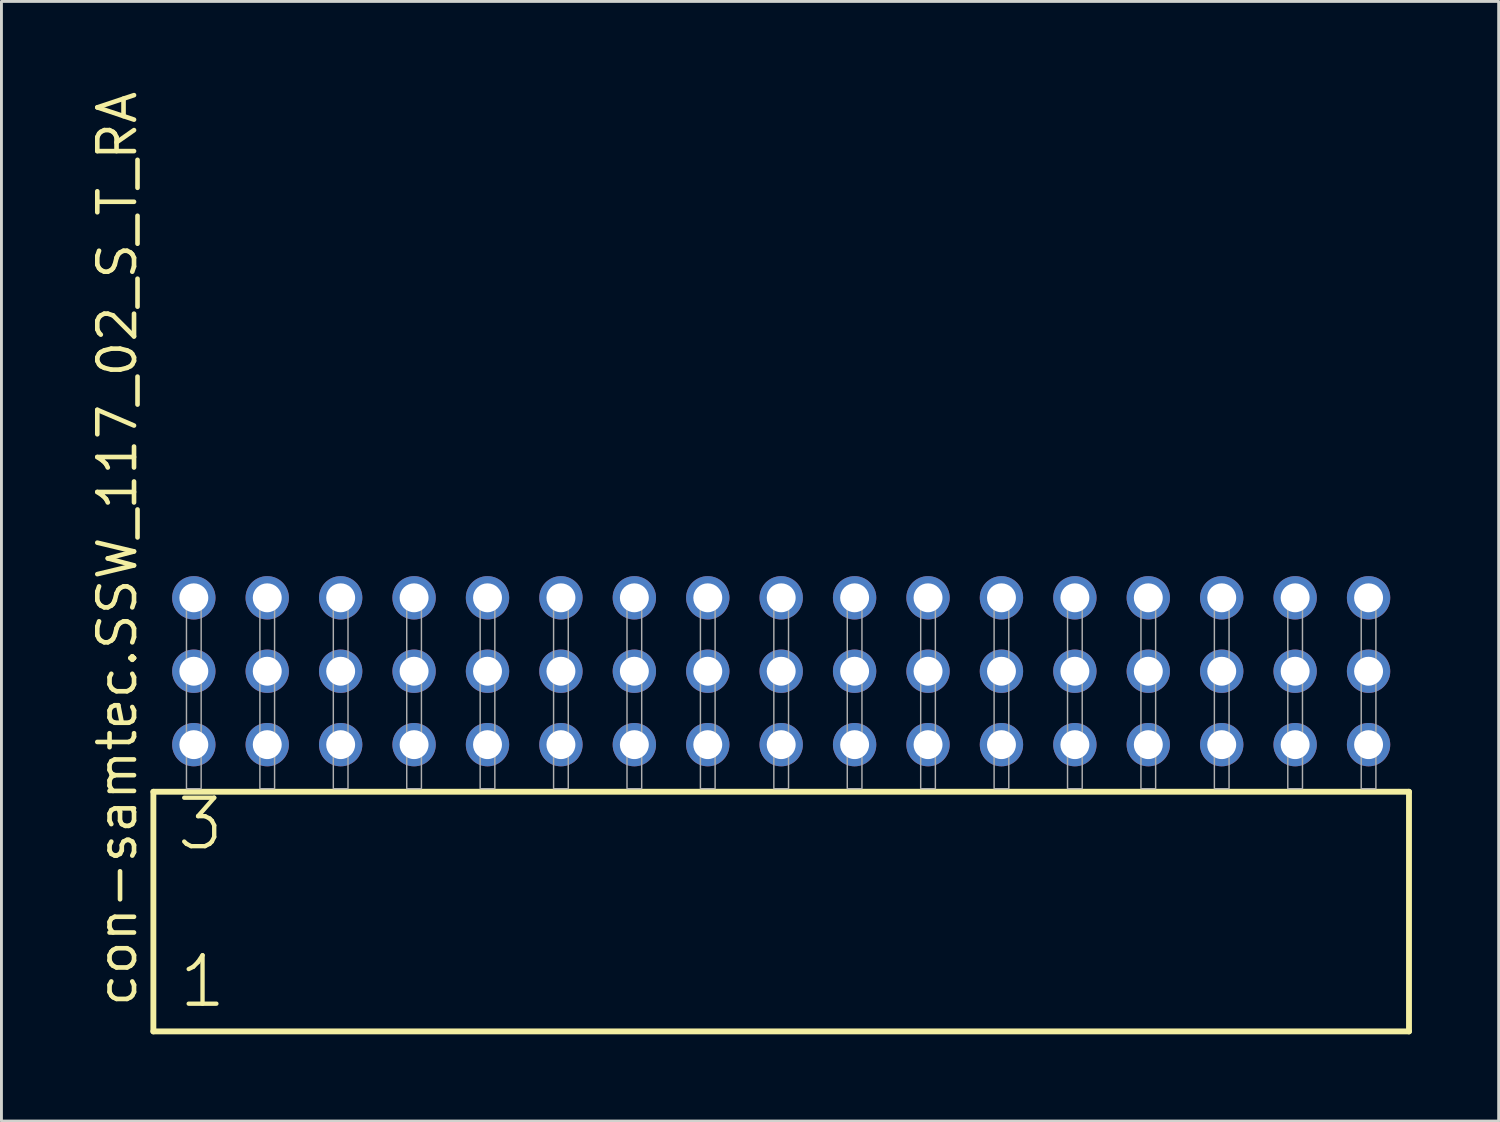
<source format=kicad_pcb>
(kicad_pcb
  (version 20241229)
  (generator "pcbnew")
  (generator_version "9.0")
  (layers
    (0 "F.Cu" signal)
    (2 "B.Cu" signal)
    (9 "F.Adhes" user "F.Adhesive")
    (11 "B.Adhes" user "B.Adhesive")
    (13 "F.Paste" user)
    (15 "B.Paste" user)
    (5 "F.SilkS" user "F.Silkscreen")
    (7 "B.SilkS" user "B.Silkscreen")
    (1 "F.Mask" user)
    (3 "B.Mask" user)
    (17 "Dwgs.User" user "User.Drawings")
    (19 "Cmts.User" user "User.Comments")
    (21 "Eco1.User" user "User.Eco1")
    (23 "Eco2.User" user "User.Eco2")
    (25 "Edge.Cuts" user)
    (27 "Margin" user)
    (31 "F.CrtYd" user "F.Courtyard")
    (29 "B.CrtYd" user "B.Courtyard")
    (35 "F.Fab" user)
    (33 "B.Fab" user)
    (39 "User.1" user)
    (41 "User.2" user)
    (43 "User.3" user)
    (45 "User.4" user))
  (footprint "con-samtec.SSW_117_02_S_T_RA"
    (layer "F.Cu")
    (at 23.975 24.235)
    (property "Reference" "con-samtec.SSW_117_02_S_T_RA" (at -22.225 7.62 90) (layer "F.SilkS") (effects (font (size 1.27 1.27) (thickness 0.16)) (justify left bottom)))
    (attr through_hole)
    (fp_line (start -21.719 0.106) (end -21.719 8.396) (stroke (width 0.203) (type default)) (layer "F.SilkS"))
    (fp_line (start -21.719 8.396) (end 21.719 8.396) (stroke (width 0.203) (type default)) (layer "F.SilkS"))
    (fp_line (start 21.719 0.106) (end -21.719 0.106) (stroke (width 0.203) (type default)) (layer "F.SilkS"))
    (fp_line (start 21.719 8.396) (end 21.719 0.106) (stroke (width 0.203) (type default)) (layer "F.SilkS"))
    (fp_rect (start -20.574 0) (end -20.066 -6.858) (stroke (width 0.05) (type default)) (fill no) (layer "F.Fab"))
    (fp_rect (start -18.034 0) (end -17.526 -6.858) (stroke (width 0.05) (type default)) (fill no) (layer "F.Fab"))
    (fp_rect (start -15.494 0) (end -14.986 -6.858) (stroke (width 0.05) (type default)) (fill no) (layer "F.Fab"))
    (fp_rect (start -12.954 0) (end -12.446 -6.858) (stroke (width 0.05) (type default)) (fill no) (layer "F.Fab"))
    (fp_rect (start -10.414 0) (end -9.906 -6.858) (stroke (width 0.05) (type default)) (fill no) (layer "F.Fab"))
    (fp_rect (start -7.874 0) (end -7.366 -6.858) (stroke (width 0.05) (type default)) (fill no) (layer "F.Fab"))
    (fp_rect (start -5.334 0) (end -4.826 -6.858) (stroke (width 0.05) (type default)) (fill no) (layer "F.Fab"))
    (fp_rect (start -2.794 0) (end -2.286 -6.858) (stroke (width 0.05) (type default)) (fill no) (layer "F.Fab"))
    (fp_rect (start -0.254 0) (end 0.254 -6.858) (stroke (width 0.05) (type default)) (fill no) (layer "F.Fab"))
    (fp_rect (start 2.286 0) (end 2.794 -6.858) (stroke (width 0.05) (type default)) (fill no) (layer "F.Fab"))
    (fp_rect (start 4.826 0) (end 5.334 -6.858) (stroke (width 0.05) (type default)) (fill no) (layer "F.Fab"))
    (fp_rect (start 7.366 0) (end 7.874 -6.858) (stroke (width 0.05) (type default)) (fill no) (layer "F.Fab"))
    (fp_rect (start 9.906 0) (end 10.414 -6.858) (stroke (width 0.05) (type default)) (fill no) (layer "F.Fab"))
    (fp_rect (start 12.446 0) (end 12.954 -6.858) (stroke (width 0.05) (type default)) (fill no) (layer "F.Fab"))
    (fp_rect (start 14.986 0) (end 15.494 -6.858) (stroke (width 0.05) (type default)) (fill no) (layer "F.Fab"))
    (fp_rect (start 17.526 0) (end 18.034 -6.858) (stroke (width 0.05) (type default)) (fill no) (layer "F.Fab"))
    (fp_rect (start 20.066 0) (end 20.574 -6.858) (stroke (width 0.05) (type default)) (fill no) (layer "F.Fab"))
    (fp_text user "1" (at -20.915 7.65 0) (layer "F.SilkS") (effects (font (size 1.676 1.676) (thickness 0.15)) (justify left bottom)))
    (fp_text user "3" (at -20.99 2.2 0) (layer "F.SilkS") (effects (font (size 1.676 1.676) (thickness 0.15)) (justify left bottom)))
    (pad "1" thru_hole circle (at -20.32 -1.524) (size 1.5 1.5) (drill 1) (layers "*.Cu" "*.Mask"))
    (pad "2" thru_hole circle (at -20.32 -4.064) (size 1.5 1.5) (drill 1) (layers "*.Cu" "*.Mask"))
    (pad "3" thru_hole circle (at -20.32 -6.604) (size 1.5 1.5) (drill 1) (layers "*.Cu" "*.Mask"))
    (pad "4" thru_hole circle (at -17.78 -1.524) (size 1.5 1.5) (drill 1) (layers "*.Cu" "*.Mask"))
    (pad "5" thru_hole circle (at -17.78 -4.064) (size 1.5 1.5) (drill 1) (layers "*.Cu" "*.Mask"))
    (pad "6" thru_hole circle (at -17.78 -6.604) (size 1.5 1.5) (drill 1) (layers "*.Cu" "*.Mask"))
    (pad "7" thru_hole circle (at -15.24 -1.524) (size 1.5 1.5) (drill 1) (layers "*.Cu" "*.Mask"))
    (pad "8" thru_hole circle (at -15.24 -4.064) (size 1.5 1.5) (drill 1) (layers "*.Cu" "*.Mask"))
    (pad "9" thru_hole circle (at -15.24 -6.604) (size 1.5 1.5) (drill 1) (layers "*.Cu" "*.Mask"))
    (pad "10" thru_hole circle (at -12.7 -1.524) (size 1.5 1.5) (drill 1) (layers "*.Cu" "*.Mask"))
    (pad "11" thru_hole circle (at -12.7 -4.064) (size 1.5 1.5) (drill 1) (layers "*.Cu" "*.Mask"))
    (pad "12" thru_hole circle (at -12.7 -6.604) (size 1.5 1.5) (drill 1) (layers "*.Cu" "*.Mask"))
    (pad "13" thru_hole circle (at -10.16 -1.524) (size 1.5 1.5) (drill 1) (layers "*.Cu" "*.Mask"))
    (pad "14" thru_hole circle (at -10.16 -4.064) (size 1.5 1.5) (drill 1) (layers "*.Cu" "*.Mask"))
    (pad "15" thru_hole circle (at -10.16 -6.604) (size 1.5 1.5) (drill 1) (layers "*.Cu" "*.Mask"))
    (pad "16" thru_hole circle (at -7.62 -1.524) (size 1.5 1.5) (drill 1) (layers "*.Cu" "*.Mask"))
    (pad "17" thru_hole circle (at -7.62 -4.064) (size 1.5 1.5) (drill 1) (layers "*.Cu" "*.Mask"))
    (pad "18" thru_hole circle (at -7.62 -6.604) (size 1.5 1.5) (drill 1) (layers "*.Cu" "*.Mask"))
    (pad "19" thru_hole circle (at -5.08 -1.524) (size 1.5 1.5) (drill 1) (layers "*.Cu" "*.Mask"))
    (pad "20" thru_hole circle (at -5.08 -4.064) (size 1.5 1.5) (drill 1) (layers "*.Cu" "*.Mask"))
    (pad "21" thru_hole circle (at -5.08 -6.604) (size 1.5 1.5) (drill 1) (layers "*.Cu" "*.Mask"))
    (pad "22" thru_hole circle (at -2.54 -1.524) (size 1.5 1.5) (drill 1) (layers "*.Cu" "*.Mask"))
    (pad "23" thru_hole circle (at -2.54 -4.064) (size 1.5 1.5) (drill 1) (layers "*.Cu" "*.Mask"))
    (pad "24" thru_hole circle (at -2.54 -6.604) (size 1.5 1.5) (drill 1) (layers "*.Cu" "*.Mask"))
    (pad "25" thru_hole circle (at 0 -1.524) (size 1.5 1.5) (drill 1) (layers "*.Cu" "*.Mask"))
    (pad "26" thru_hole circle (at 0 -4.064) (size 1.5 1.5) (drill 1) (layers "*.Cu" "*.Mask"))
    (pad "27" thru_hole circle (at 0 -6.604) (size 1.5 1.5) (drill 1) (layers "*.Cu" "*.Mask"))
    (pad "28" thru_hole circle (at 2.54 -1.524) (size 1.5 1.5) (drill 1) (layers "*.Cu" "*.Mask"))
    (pad "29" thru_hole circle (at 2.54 -4.064) (size 1.5 1.5) (drill 1) (layers "*.Cu" "*.Mask"))
    (pad "30" thru_hole circle (at 2.54 -6.604) (size 1.5 1.5) (drill 1) (layers "*.Cu" "*.Mask"))
    (pad "31" thru_hole circle (at 5.08 -1.524) (size 1.5 1.5) (drill 1) (layers "*.Cu" "*.Mask"))
    (pad "32" thru_hole circle (at 5.08 -4.064) (size 1.5 1.5) (drill 1) (layers "*.Cu" "*.Mask"))
    (pad "33" thru_hole circle (at 5.08 -6.604) (size 1.5 1.5) (drill 1) (layers "*.Cu" "*.Mask"))
    (pad "34" thru_hole circle (at 7.62 -1.524) (size 1.5 1.5) (drill 1) (layers "*.Cu" "*.Mask"))
    (pad "35" thru_hole circle (at 7.62 -4.064) (size 1.5 1.5) (drill 1) (layers "*.Cu" "*.Mask"))
    (pad "36" thru_hole circle (at 7.62 -6.604) (size 1.5 1.5) (drill 1) (layers "*.Cu" "*.Mask"))
    (pad "37" thru_hole circle (at 10.16 -1.524) (size 1.5 1.5) (drill 1) (layers "*.Cu" "*.Mask"))
    (pad "38" thru_hole circle (at 10.16 -4.064) (size 1.5 1.5) (drill 1) (layers "*.Cu" "*.Mask"))
    (pad "39" thru_hole circle (at 10.16 -6.604) (size 1.5 1.5) (drill 1) (layers "*.Cu" "*.Mask"))
    (pad "40" thru_hole circle (at 12.7 -1.524) (size 1.5 1.5) (drill 1) (layers "*.Cu" "*.Mask"))
    (pad "41" thru_hole circle (at 12.7 -4.064) (size 1.5 1.5) (drill 1) (layers "*.Cu" "*.Mask"))
    (pad "42" thru_hole circle (at 12.7 -6.604) (size 1.5 1.5) (drill 1) (layers "*.Cu" "*.Mask"))
    (pad "43" thru_hole circle (at 15.24 -1.524) (size 1.5 1.5) (drill 1) (layers "*.Cu" "*.Mask"))
    (pad "44" thru_hole circle (at 15.24 -4.064) (size 1.5 1.5) (drill 1) (layers "*.Cu" "*.Mask"))
    (pad "45" thru_hole circle (at 15.24 -6.604) (size 1.5 1.5) (drill 1) (layers "*.Cu" "*.Mask"))
    (pad "46" thru_hole circle (at 17.78 -1.524) (size 1.5 1.5) (drill 1) (layers "*.Cu" "*.Mask"))
    (pad "47" thru_hole circle (at 17.78 -4.064) (size 1.5 1.5) (drill 1) (layers "*.Cu" "*.Mask"))
    (pad "48" thru_hole circle (at 17.78 -6.604) (size 1.5 1.5) (drill 1) (layers "*.Cu" "*.Mask"))
    (pad "49" thru_hole circle (at 20.32 -1.524) (size 1.5 1.5) (drill 1) (layers "*.Cu" "*.Mask"))
    (pad "50" thru_hole circle (at 20.32 -4.064) (size 1.5 1.5) (drill 1) (layers "*.Cu" "*.Mask"))
    (pad "51" thru_hole circle (at 20.32 -6.604) (size 1.5 1.5) (drill 1) (layers "*.Cu" "*.Mask")))
  (gr_rect
    (start -3 -3)
    (end 48.796 35.733)
    (stroke (width 0.1) (type default))
    (fill no)
    (layer "Edge.Cuts")))
</source>
